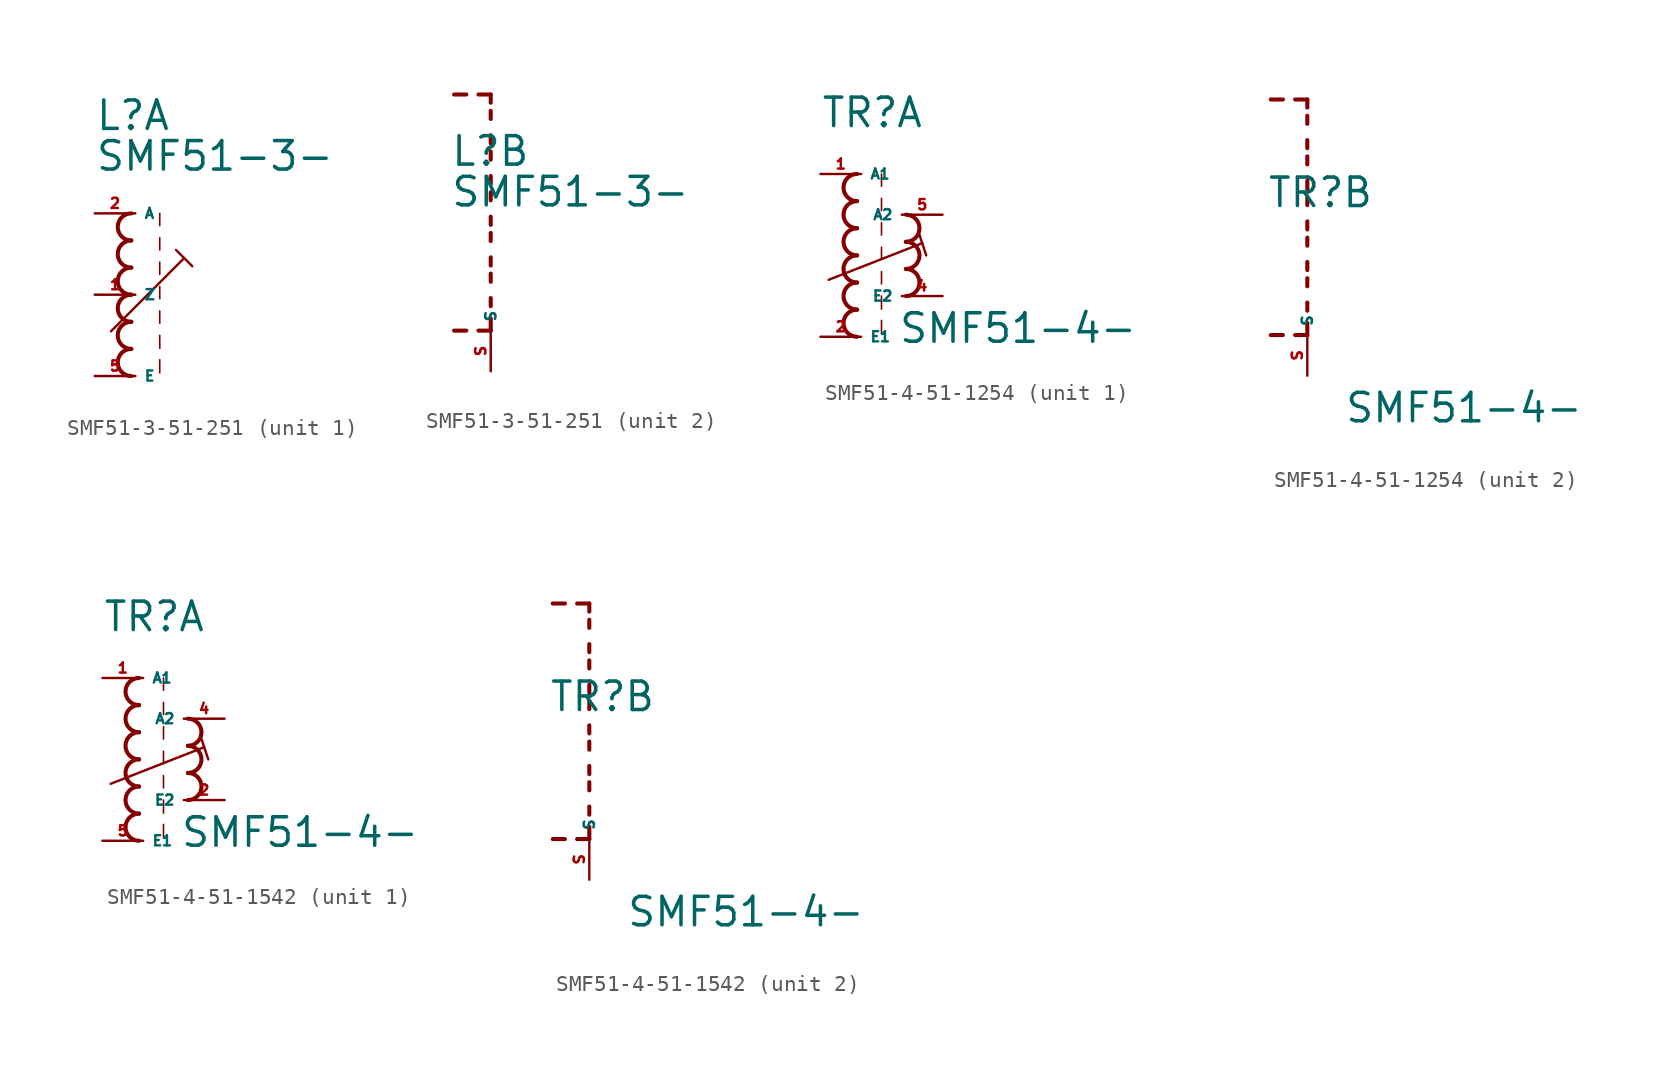
<source format=kicad_sym>
(kicad_symbol_lib
  (version 20220914)
  (generator kicad_symbol_editor)
  (symbol "SMF51-3-51-251"
    (property "Reference" "L"
      (at -2.54 10.16 0)
      (effects (font (size 1.778 1.778) (thickness 0.22)) (justify left bottom)))
    (property "Value" "SMF51-3-"
      (at -2.54 7.62 0)
      (effects (font (size 1.778 1.778) (thickness 0.22)) (justify left bottom)))
    (symbol "SMF51-3-51-251_1_0"
      (arc (start -0.254 -3.3866) (mid -1.1004 -4.2333) (end -0.254 -5.08) (stroke (width 0.254) (type default)) (fill (type none)))
      (arc (start -0.254 -1.6932) (mid -1.1004 -2.5399) (end -0.254 -3.3866) (stroke (width 0.254) (type default)) (fill (type none)))
      (arc (start -0.254 0) (mid -1.1004 -0.8467) (end -0.254 -1.6934) (stroke (width 0.254) (type default)) (fill (type none)))
      (arc (start -0.254 1.6934) (mid -1.1004 0.8467) (end -0.254 0) (stroke (width 0.254) (type default)) (fill (type none)))
      (arc (start -0.254 3.3866) (mid -1.1002 2.54) (end -0.254 1.6934) (stroke (width 0.254) (type default)) (fill (type none)))
      (arc (start -0.254 5.08) (mid -1.1004 4.2333) (end -0.254 3.3866) (stroke (width 0.254) (type default)) (fill (type none)))
      (polyline (pts (xy -1.524 -2.286) (xy 3.048 2.286)) (stroke (width 0.152) (type default)) (fill (type none)))
      (polyline (pts (xy 1.524 -4.064) (xy 1.524 -4.88)) (stroke (width 0.102) (type default)) (fill (type none)))
      (polyline (pts (xy 1.524 -2.54) (xy 1.524 -3.356)) (stroke (width 0.102) (type default)) (fill (type none)))
      (polyline (pts (xy 1.524 -1.016) (xy 1.524 -1.778)) (stroke (width 0.102) (type default)) (fill (type none)))
      (polyline (pts (xy 1.524 0.508) (xy 1.524 -0.254)) (stroke (width 0.102) (type default)) (fill (type none)))
      (polyline (pts (xy 1.524 2.032) (xy 1.524 1.27)) (stroke (width 0.102) (type default)) (fill (type none)))
      (polyline (pts (xy 1.524 3.556) (xy 1.524 2.794)) (stroke (width 0.102) (type default)) (fill (type none)))
      (polyline (pts (xy 1.524 5.08) (xy 1.524 4.318)) (stroke (width 0.102) (type default)) (fill (type none)))
      (polyline (pts (xy 2.54 2.794) (xy 3.048 2.286)) (stroke (width 0.152) (type default)) (fill (type none)))
      (polyline (pts (xy 3.048 2.286) (xy 3.556 1.778)) (stroke (width 0.152) (type default)) (fill (type none)))
      (pin passive line (at -2.54 0 0) (length 2.54) (name "Z" (effects (font (size 0.635 0.635)))) (number "1" (effects (font (size 0.635 0.635)))))
      (pin passive line (at -2.54 5.08 0) (length 2.54) (name "A" (effects (font (size 0.635 0.635)))) (number "2" (effects (font (size 0.635 0.635)))))
      (pin passive line (at -2.54 -5.08 0) (length 2.54) (name "E" (effects (font (size 0.635 0.635)))) (number "5" (effects (font (size 0.635 0.635))))))
    (symbol "SMF51-3-51-251_2_0"
      (polyline (pts (xy -1.524 0) (xy -2.286 0)) (stroke (width 0.254) (type default)) (fill (type none)))
      (polyline (pts (xy -1.524 14.732) (xy -2.286 14.732)) (stroke (width 0.254) (type default)) (fill (type none)))
      (polyline (pts (xy 0 0) (xy -0.762 0)) (stroke (width 0.254) (type default)) (fill (type none)))
      (polyline (pts (xy 0 0) (xy 0 0.762)) (stroke (width 0.254) (type default)) (fill (type none)))
      (polyline (pts (xy 0 1.524) (xy 0 2.032)) (stroke (width 0.254) (type default)) (fill (type none)))
      (polyline (pts (xy 0 3.048) (xy 0 3.556)) (stroke (width 0.254) (type default)) (fill (type none)))
      (polyline (pts (xy 0 4.064) (xy 0 4.572)) (stroke (width 0.254) (type default)) (fill (type none)))
      (polyline (pts (xy 0 5.588) (xy 0 6.096)) (stroke (width 0.254) (type default)) (fill (type none)))
      (polyline (pts (xy 0 6.604) (xy 0 7.112)) (stroke (width 0.254) (type default)) (fill (type none)))
      (polyline (pts (xy 0 8.128) (xy 0 8.636)) (stroke (width 0.254) (type default)) (fill (type none)))
      (polyline (pts (xy 0 9.144) (xy 0 9.652)) (stroke (width 0.254) (type default)) (fill (type none)))
      (polyline (pts (xy 0 10.668) (xy 0 11.176)) (stroke (width 0.254) (type default)) (fill (type none)))
      (polyline (pts (xy 0 11.684) (xy 0 12.192)) (stroke (width 0.254) (type default)) (fill (type none)))
      (polyline (pts (xy 0 13.208) (xy 0 13.716)) (stroke (width 0.254) (type default)) (fill (type none)))
      (polyline (pts (xy 0 14.224) (xy 0 14.732)) (stroke (width 0.254) (type default)) (fill (type none)))
      (polyline (pts (xy 0 14.732) (xy -0.762 14.732)) (stroke (width 0.254) (type default)) (fill (type none)))
      (pin passive line (at 0 -2.54 90) (length 2.54) (name "S" (effects (font (size 0.635 0.635)))) (number "S" (effects (font (size 0.635 0.635)))))))
  (symbol "SMF51-4-51-1254"
    (property "Reference" "TR"
      (at -2.54 7.874 0)
      (effects (font (size 1.778 1.778) (thickness 0.22)) (justify left bottom)))
    (property "Value" "SMF51-4-"
      (at 2.286 -5.588 0)
      (effects (font (size 1.778 1.778) (thickness 0.22)) (justify left bottom)))
    (symbol "SMF51-4-51-1254_1_0"
      (arc (start -0.254 -3.3866) (mid -1.1004 -4.2333) (end -0.254 -5.08) (stroke (width 0.254) (type default)) (fill (type none)))
      (arc (start -0.254 -1.6932) (mid -1.1004 -2.5399) (end -0.254 -3.3866) (stroke (width 0.254) (type default)) (fill (type none)))
      (arc (start -0.254 0) (mid -1.1004 -0.8467) (end -0.254 -1.6934) (stroke (width 0.254) (type default)) (fill (type none)))
      (arc (start -0.254 1.6934) (mid -1.1004 0.8467) (end -0.254 0) (stroke (width 0.254) (type default)) (fill (type none)))
      (arc (start -0.254 3.3866) (mid -1.1002 2.54) (end -0.254 1.6934) (stroke (width 0.254) (type default)) (fill (type none)))
      (arc (start -0.254 5.08) (mid -1.1004 4.2333) (end -0.254 3.3866) (stroke (width 0.254) (type default)) (fill (type none)))
      (polyline (pts (xy -2.032 -1.524) (xy 3.81 0.762)) (stroke (width 0.152) (type default)) (fill (type none)))
      (polyline (pts (xy 1.27 -4.064) (xy 1.27 -4.88)) (stroke (width 0.102) (type default)) (fill (type none)))
      (polyline (pts (xy 1.27 -2.54) (xy 1.27 -3.356)) (stroke (width 0.102) (type default)) (fill (type none)))
      (polyline (pts (xy 1.27 -1.016) (xy 1.27 -1.778)) (stroke (width 0.102) (type default)) (fill (type none)))
      (polyline (pts (xy 1.27 0.508) (xy 1.27 -0.254)) (stroke (width 0.102) (type default)) (fill (type none)))
      (polyline (pts (xy 1.27 2.032) (xy 1.27 1.27)) (stroke (width 0.102) (type default)) (fill (type none)))
      (polyline (pts (xy 1.27 3.556) (xy 1.27 2.794)) (stroke (width 0.102) (type default)) (fill (type none)))
      (polyline (pts (xy 1.27 5.08) (xy 1.27 4.318)) (stroke (width 0.102) (type default)) (fill (type none)))
      (polyline (pts (xy 3.556 1.524) (xy 4.064 0)) (stroke (width 0.152) (type default)) (fill (type none)))
      (arc (start 2.794 -2.54) (mid 3.6404 -1.6933) (end 2.794 -0.8466) (stroke (width 0.254) (type default)) (fill (type none)))
      (arc (start 2.794 -0.8466) (mid 3.6402 0) (end 2.794 0.8466) (stroke (width 0.254) (type default)) (fill (type none)))
      (arc (start 2.794 0.8466) (mid 3.6404 1.6933) (end 2.794 2.54) (stroke (width 0.254) (type default)) (fill (type none)))
      (pin passive line (at -2.54 5.08 0) (length 2.54) (name "A1" (effects (font (size 0.635 0.635)))) (number "1" (effects (font (size 0.635 0.635)))))
      (pin passive line (at -2.54 -5.08 0) (length 2.54) (name "E1" (effects (font (size 0.635 0.635)))) (number "2" (effects (font (size 0.635 0.635)))))
      (pin passive line (at 5.08 -2.54 180) (length 2.54) (name "E2" (effects (font (size 0.635 0.635)))) (number "4" (effects (font (size 0.635 0.635)))))
      (pin passive line (at 5.08 2.54 180) (length 2.54) (name "A2" (effects (font (size 0.635 0.635)))) (number "5" (effects (font (size 0.635 0.635))))))
    (symbol "SMF51-4-51-1254_2_0"
      (polyline (pts (xy -1.524 0) (xy -2.286 0)) (stroke (width 0.254) (type default)) (fill (type none)))
      (polyline (pts (xy -1.524 14.732) (xy -2.286 14.732)) (stroke (width 0.254) (type default)) (fill (type none)))
      (polyline (pts (xy 0 0) (xy -0.762 0)) (stroke (width 0.254) (type default)) (fill (type none)))
      (polyline (pts (xy 0 0) (xy 0 0.762)) (stroke (width 0.254) (type default)) (fill (type none)))
      (polyline (pts (xy 0 1.524) (xy 0 2.032)) (stroke (width 0.254) (type default)) (fill (type none)))
      (polyline (pts (xy 0 3.048) (xy 0 3.556)) (stroke (width 0.254) (type default)) (fill (type none)))
      (polyline (pts (xy 0 4.064) (xy 0 4.572)) (stroke (width 0.254) (type default)) (fill (type none)))
      (polyline (pts (xy 0 5.588) (xy 0 6.096)) (stroke (width 0.254) (type default)) (fill (type none)))
      (polyline (pts (xy 0 6.604) (xy 0 7.112)) (stroke (width 0.254) (type default)) (fill (type none)))
      (polyline (pts (xy 0 8.128) (xy 0 8.636)) (stroke (width 0.254) (type default)) (fill (type none)))
      (polyline (pts (xy 0 9.144) (xy 0 9.652)) (stroke (width 0.254) (type default)) (fill (type none)))
      (polyline (pts (xy 0 10.668) (xy 0 11.176)) (stroke (width 0.254) (type default)) (fill (type none)))
      (polyline (pts (xy 0 11.684) (xy 0 12.192)) (stroke (width 0.254) (type default)) (fill (type none)))
      (polyline (pts (xy 0 13.208) (xy 0 13.716)) (stroke (width 0.254) (type default)) (fill (type none)))
      (polyline (pts (xy 0 14.224) (xy 0 14.732)) (stroke (width 0.254) (type default)) (fill (type none)))
      (polyline (pts (xy 0 14.732) (xy -0.762 14.732)) (stroke (width 0.254) (type default)) (fill (type none)))
      (pin passive line (at 0 -2.54 90) (length 2.54) (name "S" (effects (font (size 0.635 0.635)))) (number "S" (effects (font (size 0.635 0.635)))))))
  (symbol "SMF51-4-51-1542"
    (property "Reference" "TR"
      (at -2.54 7.874 0)
      (effects (font (size 1.778 1.778) (thickness 0.22)) (justify left bottom)))
    (property "Value" "SMF51-4-"
      (at 2.286 -5.588 0)
      (effects (font (size 1.778 1.778) (thickness 0.22)) (justify left bottom)))
    (symbol "SMF51-4-51-1542_1_0"
      (arc (start -0.254 -3.3866) (mid -1.1004 -4.2333) (end -0.254 -5.08) (stroke (width 0.254) (type default)) (fill (type none)))
      (arc (start -0.254 -1.6932) (mid -1.1004 -2.5399) (end -0.254 -3.3866) (stroke (width 0.254) (type default)) (fill (type none)))
      (arc (start -0.254 0) (mid -1.1004 -0.8467) (end -0.254 -1.6934) (stroke (width 0.254) (type default)) (fill (type none)))
      (arc (start -0.254 1.6934) (mid -1.1004 0.8467) (end -0.254 0) (stroke (width 0.254) (type default)) (fill (type none)))
      (arc (start -0.254 3.3866) (mid -1.1002 2.54) (end -0.254 1.6934) (stroke (width 0.254) (type default)) (fill (type none)))
      (arc (start -0.254 5.08) (mid -1.1004 4.2333) (end -0.254 3.3866) (stroke (width 0.254) (type default)) (fill (type none)))
      (polyline (pts (xy -2.032 -1.524) (xy 3.81 0.762)) (stroke (width 0.152) (type default)) (fill (type none)))
      (polyline (pts (xy 1.27 -4.064) (xy 1.27 -4.88)) (stroke (width 0.102) (type default)) (fill (type none)))
      (polyline (pts (xy 1.27 -2.54) (xy 1.27 -3.356)) (stroke (width 0.102) (type default)) (fill (type none)))
      (polyline (pts (xy 1.27 -1.016) (xy 1.27 -1.778)) (stroke (width 0.102) (type default)) (fill (type none)))
      (polyline (pts (xy 1.27 0.508) (xy 1.27 -0.254)) (stroke (width 0.102) (type default)) (fill (type none)))
      (polyline (pts (xy 1.27 2.032) (xy 1.27 1.27)) (stroke (width 0.102) (type default)) (fill (type none)))
      (polyline (pts (xy 1.27 3.556) (xy 1.27 2.794)) (stroke (width 0.102) (type default)) (fill (type none)))
      (polyline (pts (xy 1.27 5.08) (xy 1.27 4.318)) (stroke (width 0.102) (type default)) (fill (type none)))
      (polyline (pts (xy 3.556 1.524) (xy 4.064 0)) (stroke (width 0.152) (type default)) (fill (type none)))
      (arc (start 2.794 -2.54) (mid 3.6404 -1.6933) (end 2.794 -0.8466) (stroke (width 0.254) (type default)) (fill (type none)))
      (arc (start 2.794 -0.8466) (mid 3.6402 0) (end 2.794 0.8466) (stroke (width 0.254) (type default)) (fill (type none)))
      (arc (start 2.794 0.8466) (mid 3.6404 1.6933) (end 2.794 2.54) (stroke (width 0.254) (type default)) (fill (type none)))
      (pin passive line (at -2.54 5.08 0) (length 2.54) (name "A1" (effects (font (size 0.635 0.635)))) (number "1" (effects (font (size 0.635 0.635)))))
      (pin passive line (at 5.08 -2.54 180) (length 2.54) (name "E2" (effects (font (size 0.635 0.635)))) (number "2" (effects (font (size 0.635 0.635)))))
      (pin passive line (at 5.08 2.54 180) (length 2.54) (name "A2" (effects (font (size 0.635 0.635)))) (number "4" (effects (font (size 0.635 0.635)))))
      (pin passive line (at -2.54 -5.08 0) (length 2.54) (name "E1" (effects (font (size 0.635 0.635)))) (number "5" (effects (font (size 0.635 0.635))))))
    (symbol "SMF51-4-51-1542_2_0"
      (polyline (pts (xy -1.524 0) (xy -2.286 0)) (stroke (width 0.254) (type default)) (fill (type none)))
      (polyline (pts (xy -1.524 14.732) (xy -2.286 14.732)) (stroke (width 0.254) (type default)) (fill (type none)))
      (polyline (pts (xy 0 0) (xy -0.762 0)) (stroke (width 0.254) (type default)) (fill (type none)))
      (polyline (pts (xy 0 0) (xy 0 0.762)) (stroke (width 0.254) (type default)) (fill (type none)))
      (polyline (pts (xy 0 1.524) (xy 0 2.032)) (stroke (width 0.254) (type default)) (fill (type none)))
      (polyline (pts (xy 0 3.048) (xy 0 3.556)) (stroke (width 0.254) (type default)) (fill (type none)))
      (polyline (pts (xy 0 4.064) (xy 0 4.572)) (stroke (width 0.254) (type default)) (fill (type none)))
      (polyline (pts (xy 0 5.588) (xy 0 6.096)) (stroke (width 0.254) (type default)) (fill (type none)))
      (polyline (pts (xy 0 6.604) (xy 0 7.112)) (stroke (width 0.254) (type default)) (fill (type none)))
      (polyline (pts (xy 0 8.128) (xy 0 8.636)) (stroke (width 0.254) (type default)) (fill (type none)))
      (polyline (pts (xy 0 9.144) (xy 0 9.652)) (stroke (width 0.254) (type default)) (fill (type none)))
      (polyline (pts (xy 0 10.668) (xy 0 11.176)) (stroke (width 0.254) (type default)) (fill (type none)))
      (polyline (pts (xy 0 11.684) (xy 0 12.192)) (stroke (width 0.254) (type default)) (fill (type none)))
      (polyline (pts (xy 0 13.208) (xy 0 13.716)) (stroke (width 0.254) (type default)) (fill (type none)))
      (polyline (pts (xy 0 14.224) (xy 0 14.732)) (stroke (width 0.254) (type default)) (fill (type none)))
      (polyline (pts (xy 0 14.732) (xy -0.762 14.732)) (stroke (width 0.254) (type default)) (fill (type none)))
      (pin passive line (at 0 -2.54 90) (length 2.54) (name "S" (effects (font (size 0.635 0.635)))) (number "S" (effects (font (size 0.635 0.635))))))))
</source>
